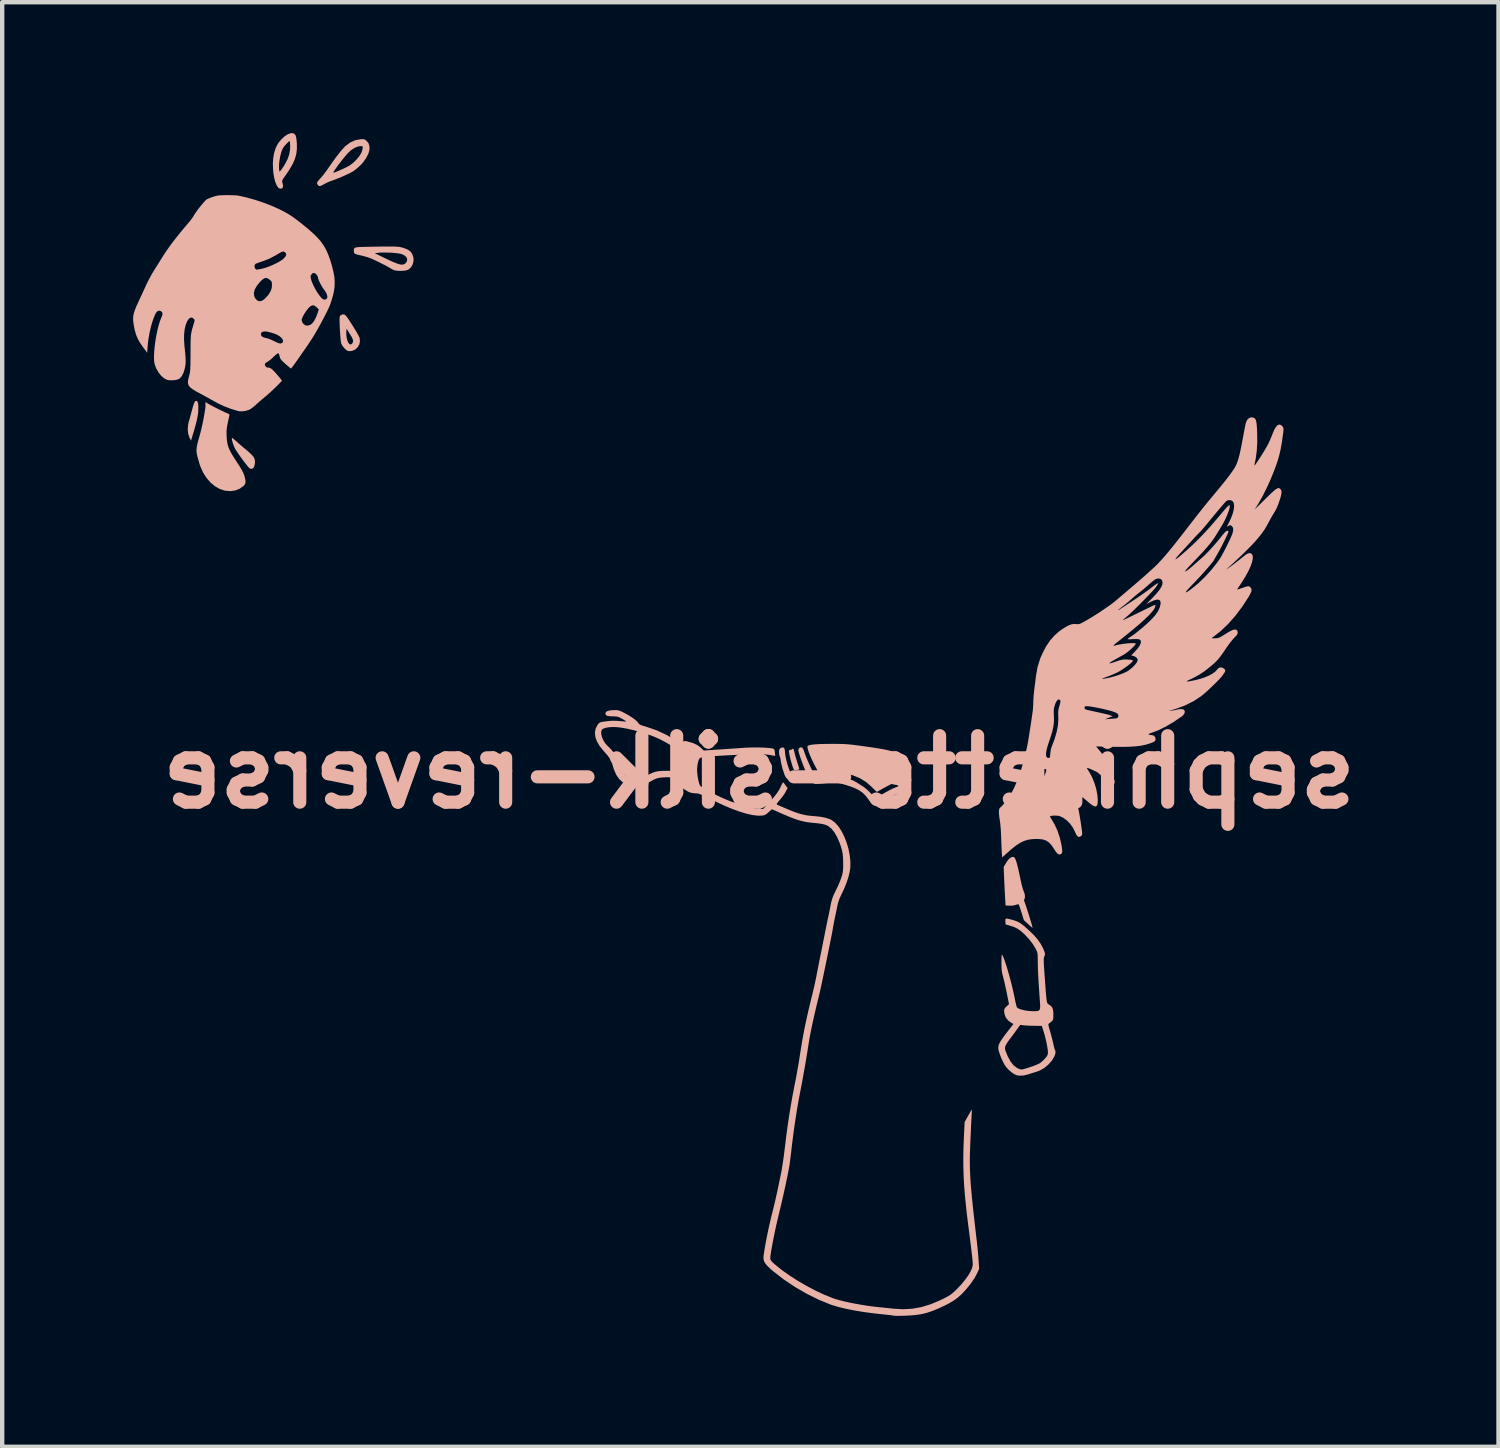
<source format=kicad_pcb>
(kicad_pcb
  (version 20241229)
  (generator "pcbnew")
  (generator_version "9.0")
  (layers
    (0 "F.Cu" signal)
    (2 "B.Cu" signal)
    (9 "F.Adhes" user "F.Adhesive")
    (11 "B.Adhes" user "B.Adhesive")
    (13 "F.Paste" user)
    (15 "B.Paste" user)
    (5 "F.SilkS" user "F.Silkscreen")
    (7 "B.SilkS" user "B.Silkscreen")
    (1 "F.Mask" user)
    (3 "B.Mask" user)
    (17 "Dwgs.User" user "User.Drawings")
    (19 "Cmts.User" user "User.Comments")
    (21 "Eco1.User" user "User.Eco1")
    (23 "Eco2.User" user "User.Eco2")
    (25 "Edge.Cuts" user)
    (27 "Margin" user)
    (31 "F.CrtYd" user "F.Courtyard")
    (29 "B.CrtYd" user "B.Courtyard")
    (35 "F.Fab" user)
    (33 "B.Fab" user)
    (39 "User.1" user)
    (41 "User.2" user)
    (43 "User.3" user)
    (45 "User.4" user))
  (footprint "sephirette-silk-reverse"
    (layer "F.Cu")
    (at 14.175 14.639)
    (property "Reference" "sephirette-silk-reverse" (at 0.166 0 0) (layer "B.SilkS") (effects (font (size 1.524 1.524) (thickness 0.3)) (justify mirror)))
    (attr board_only exclude_from_pos_files exclude_from_bom)
    (fp_poly (pts (xy -12.703 -8.492) (xy -12.688 -8.451) (xy -12.681 -8.382) (xy -12.683 -8.285) (xy -12.683 -8.279) (xy -12.687 -8.22) (xy -12.696 -8.159) (xy -12.709 -8.09) (xy -12.728 -8.01) (xy -12.753 -7.915) (xy -12.786 -7.801) (xy -12.828 -7.663) (xy -12.829 -7.66) (xy -12.849 -7.594) (xy -12.883 -7.66) (xy -12.914 -7.75) (xy -12.924 -7.854) (xy -12.914 -7.967) (xy -12.897 -8.039) (xy -12.879 -8.101) (xy -12.857 -8.179) (xy -12.835 -8.262) (xy -12.822 -8.308) (xy -12.8 -8.388) (xy -12.781 -8.444) (xy -12.765 -8.479) (xy -12.75 -8.499) (xy -12.732 -8.505) (xy -12.727 -8.506)) (stroke (width 0) (type solid)) (fill yes) (layer "B.SilkS"))
    (fp_poly (pts (xy 0.955 -0.528) (xy 0.968 -0.489) (xy 0.976 -0.454) (xy 0.988 -0.402) (xy 1.007 -0.334) (xy 1.03 -0.26) (xy 1.043 -0.218) (xy 1.063 -0.157) (xy 1.079 -0.106) (xy 1.087 -0.073) (xy 1.088 -0.062) (xy 1.071 -0.056) (xy 1.036 -0.05) (xy 1.025 -0.048) (xy 0.988 -0.045) (xy 0.967 -0.053) (xy 0.952 -0.08) (xy 0.945 -0.097) (xy 0.928 -0.146) (xy 0.91 -0.207) (xy 0.891 -0.276) (xy 0.874 -0.344) (xy 0.861 -0.406) (xy 0.853 -0.455) (xy 0.85 -0.484) (xy 0.851 -0.488) (xy 0.871 -0.507) (xy 0.889 -0.511) (xy 0.917 -0.517) (xy 0.926 -0.525) (xy 0.942 -0.539)) (stroke (width 0) (type solid)) (fill yes) (layer "B.SilkS"))
    (fp_poly (pts (xy -11.899 -7.651) (xy -11.87 -7.629) (xy -11.83 -7.595) (xy -11.81 -7.578) (xy -11.759 -7.532) (xy -11.694 -7.476) (xy -11.625 -7.417) (xy -11.574 -7.375) (xy -11.499 -7.31) (xy -11.446 -7.258) (xy -11.411 -7.212) (xy -11.391 -7.168) (xy -11.383 -7.123) (xy -11.385 -7.078) (xy -11.394 -7.026) (xy -11.409 -6.985) (xy -11.418 -6.972) (xy -11.441 -6.952) (xy -11.468 -6.948) (xy -11.498 -6.954) (xy -11.516 -6.968) (xy -11.547 -7.002) (xy -11.587 -7.052) (xy -11.634 -7.112) (xy -11.683 -7.178) (xy -11.732 -7.246) (xy -11.777 -7.312) (xy -11.815 -7.37) (xy -11.843 -7.417) (xy -11.849 -7.429) (xy -11.871 -7.478) (xy -11.89 -7.534) (xy -11.905 -7.587) (xy -11.913 -7.63) (xy -11.913 -7.655) (xy -11.911 -7.658)) (stroke (width 0) (type solid)) (fill yes) (layer "B.SilkS"))
    (fp_poly (pts (xy 0.731 -0.559) (xy 0.737 -0.554) (xy 0.752 -0.525) (xy 0.758 -0.475) (xy 0.759 -0.469) (xy 0.763 -0.414) (xy 0.774 -0.345) (xy 0.791 -0.269) (xy 0.812 -0.19) (xy 0.836 -0.114) (xy 0.861 -0.046) (xy 0.884 0.009) (xy 0.905 0.046) (xy 0.922 0.06) (xy 0.946 0.06) (xy 0.989 0.059) (xy 1.024 0.059) (xy 1.094 0.061) (xy 1.139 0.075) (xy 1.162 0.101) (xy 1.167 0.13) (xy 1.163 0.161) (xy 1.149 0.182) (xy 1.119 0.196) (xy 1.068 0.205) (xy 1.02 0.209) (xy 0.962 0.213) (xy 0.922 0.212) (xy 0.892 0.204) (xy 0.859 0.186) (xy 0.843 0.176) (xy 0.8 0.145) (xy 0.772 0.11) (xy 0.748 0.059) (xy 0.745 0.049) (xy 0.699 -0.09) (xy 0.669 -0.223) (xy 0.662 -0.269) (xy 0.655 -0.314) (xy 0.646 -0.348) (xy 0.642 -0.357) (xy 0.63 -0.388) (xy 0.624 -0.435) (xy 0.624 -0.483) (xy 0.631 -0.52) (xy 0.632 -0.522) (xy 0.658 -0.552) (xy 0.695 -0.565)) (stroke (width 0) (type solid)) (fill yes) (layer "B.SilkS"))
    (fp_poly (pts (xy -9.333 -10.482) (xy -9.294 -10.45) (xy -9.26 -10.403) (xy -9.218 -10.341) (xy -9.173 -10.271) (xy -9.126 -10.197) (xy -9.081 -10.123) (xy -9.042 -10.056) (xy -9.011 -10) (xy -8.991 -9.96) (xy -8.987 -9.948) (xy -8.978 -9.869) (xy -8.995 -9.794) (xy -9.033 -9.73) (xy -9.088 -9.68) (xy -9.157 -9.65) (xy -9.211 -9.644) (xy -9.248 -9.647) (xy -9.28 -9.662) (xy -9.317 -9.693) (xy -9.33 -9.706) (xy -9.371 -9.754) (xy -9.401 -9.805) (xy -9.409 -9.826) (xy -9.415 -9.859) (xy -9.422 -9.915) (xy -9.428 -9.989) (xy -9.434 -10.075) (xy -9.435 -10.084) (xy -9.291 -10.084) (xy -9.29 -10.006) (xy -9.28 -9.936) (xy -9.263 -9.877) (xy -9.241 -9.832) (xy -9.216 -9.804) (xy -9.189 -9.796) (xy -9.162 -9.812) (xy -9.147 -9.834) (xy -9.136 -9.862) (xy -9.136 -9.891) (xy -9.148 -9.928) (xy -9.173 -9.978) (xy -9.21 -10.038) (xy -9.286 -10.161) (xy -9.291 -10.084) (xy -9.435 -10.084) (xy -9.439 -10.161) (xy -9.443 -10.258) (xy -9.445 -10.33) (xy -9.446 -10.38) (xy -9.444 -10.415) (xy -9.44 -10.437) (xy -9.434 -10.451) (xy -9.425 -10.462) (xy -9.422 -10.464) (xy -9.377 -10.487)) (stroke (width 0) (type solid)) (fill yes) (layer "B.SilkS"))
    (fp_poly (pts (xy 6.002 1.946) (xy 6.008 1.95) (xy 6.028 1.973) (xy 6.049 2.02) (xy 6.072 2.093) (xy 6.098 2.192) (xy 6.121 2.298) (xy 6.146 2.413) (xy 6.165 2.504) (xy 6.181 2.574) (xy 6.195 2.627) (xy 6.206 2.667) (xy 6.216 2.699) (xy 6.227 2.725) (xy 6.231 2.733) (xy 6.25 2.789) (xy 6.258 2.844) (xy 6.254 2.89) (xy 6.243 2.913) (xy 6.235 2.939) (xy 6.241 2.956) (xy 6.25 2.979) (xy 6.266 3.023) (xy 6.286 3.083) (xy 6.309 3.155) (xy 6.334 3.233) (xy 6.359 3.313) (xy 6.382 3.39) (xy 6.403 3.458) (xy 6.419 3.514) (xy 6.429 3.551) (xy 6.432 3.566) (xy 6.432 3.566) (xy 6.42 3.559) (xy 6.391 3.536) (xy 6.352 3.502) (xy 6.33 3.482) (xy 6.233 3.392) (xy 6.178 3.217) (xy 6.157 3.149) (xy 6.138 3.092) (xy 6.123 3.051) (xy 6.114 3.031) (xy 6.114 3.031) (xy 6.095 3.029) (xy 6.061 3.037) (xy 6.049 3.042) (xy 5.983 3.058) (xy 5.904 3.061) (xy 5.814 3.056) (xy 5.803 2.889) (xy 5.799 2.816) (xy 5.794 2.724) (xy 5.789 2.621) (xy 5.784 2.515) (xy 5.781 2.447) (xy 5.77 2.173) (xy 5.826 2.078) (xy 5.872 2.012) (xy 5.918 1.967) (xy 5.963 1.944)) (stroke (width 0) (type solid)) (fill yes) (layer "B.SilkS"))
    (fp_poly (pts (xy -10.478 -14.621) (xy -10.449 -14.58) (xy -10.449 -14.58) (xy -10.441 -14.547) (xy -10.433 -14.494) (xy -10.426 -14.43) (xy -10.424 -14.4) (xy -10.423 -14.277) (xy -10.437 -14.161) (xy -10.469 -14.046) (xy -10.521 -13.929) (xy -10.593 -13.804) (xy -10.673 -13.686) (xy -10.715 -13.627) (xy -10.742 -13.586) (xy -10.757 -13.557) (xy -10.762 -13.536) (xy -10.759 -13.516) (xy -10.754 -13.503) (xy -10.739 -13.439) (xy -10.745 -13.395) (xy -10.755 -13.381) (xy -10.79 -13.365) (xy -10.829 -13.374) (xy -10.848 -13.388) (xy -10.886 -13.442) (xy -10.918 -13.52) (xy -10.943 -13.615) (xy -10.961 -13.722) (xy -10.971 -13.837) (xy -10.971 -13.844) (xy -10.833 -13.844) (xy -10.831 -13.817) (xy -10.821 -13.752) (xy -10.787 -13.792) (xy -10.763 -13.824) (xy -10.731 -13.872) (xy -10.698 -13.925) (xy -10.696 -13.93) (xy -10.637 -14.042) (xy -10.6 -14.147) (xy -10.581 -14.252) (xy -10.577 -14.334) (xy -10.579 -14.39) (xy -10.582 -14.433) (xy -10.587 -14.456) (xy -10.59 -14.458) (xy -10.605 -14.448) (xy -10.634 -14.422) (xy -10.671 -14.385) (xy -10.676 -14.38) (xy -10.725 -14.322) (xy -10.758 -14.265) (xy -10.781 -14.201) (xy -10.805 -14.109) (xy -10.822 -14.013) (xy -10.832 -13.922) (xy -10.833 -13.844) (xy -10.971 -13.844) (xy -10.973 -13.953) (xy -10.965 -14.065) (xy -10.948 -14.167) (xy -10.944 -14.183) (xy -10.914 -14.283) (xy -10.878 -14.363) (xy -10.833 -14.433) (xy -10.776 -14.498) (xy -10.706 -14.564) (xy -10.637 -14.61) (xy -10.575 -14.635) (xy -10.52 -14.639)) (stroke (width 0) (type solid)) (fill yes) (layer "B.SilkS"))
    (fp_poly (pts (xy -12.456 -8.44) (xy -12.413 -8.415) (xy -12.353 -8.383) (xy -12.282 -8.346) (xy -12.208 -8.309) (xy -12.136 -8.274) (xy -12.073 -8.244) (xy -12.025 -8.223) (xy -12.009 -8.217) (xy -11.976 -8.2) (xy -11.967 -8.181) (xy -11.969 -8.174) (xy -11.975 -8.149) (xy -11.985 -8.104) (xy -11.998 -8.044) (xy -12.008 -7.996) (xy -12.024 -7.912) (xy -12.033 -7.841) (xy -12.035 -7.769) (xy -12.032 -7.681) (xy -12.032 -7.68) (xy -12.026 -7.6) (xy -12.015 -7.529) (xy -11.998 -7.461) (xy -11.971 -7.393) (xy -11.933 -7.318) (xy -11.882 -7.232) (xy -11.816 -7.129) (xy -11.794 -7.096) (xy -11.734 -7.003) (xy -11.689 -6.928) (xy -11.657 -6.868) (xy -11.635 -6.816) (xy -11.625 -6.786) (xy -11.606 -6.71) (xy -11.599 -6.655) (xy -11.605 -6.614) (xy -11.623 -6.58) (xy -11.646 -6.555) (xy -11.732 -6.493) (xy -11.833 -6.453) (xy -11.945 -6.437) (xy -12.063 -6.446) (xy -12.079 -6.449) (xy -12.193 -6.487) (xy -12.303 -6.551) (xy -12.405 -6.637) (xy -12.496 -6.743) (xy -12.573 -6.865) (xy -12.633 -6.999) (xy -12.649 -7.044) (xy -12.679 -7.146) (xy -12.701 -7.226) (xy -12.715 -7.289) (xy -12.722 -7.342) (xy -12.723 -7.389) (xy -12.718 -7.436) (xy -12.714 -7.462) (xy -12.701 -7.527) (xy -12.681 -7.604) (xy -12.66 -7.679) (xy -12.657 -7.688) (xy -12.637 -7.759) (xy -12.615 -7.847) (xy -12.593 -7.945) (xy -12.571 -8.047) (xy -12.552 -8.148) (xy -12.536 -8.24) (xy -12.524 -8.319) (xy -12.518 -8.378) (xy -12.518 -8.393) (xy -12.518 -8.478)) (stroke (width 0) (type solid)) (fill yes) (layer "B.SilkS"))
    (fp_poly (pts (xy 1.926 -0.646) (xy 2.017 -0.645) (xy 2.097 -0.643) (xy 2.171 -0.639) (xy 2.247 -0.632) (xy 2.331 -0.623) (xy 2.43 -0.61) (xy 2.551 -0.594) (xy 2.558 -0.593) (xy 2.719 -0.57) (xy 2.854 -0.55) (xy 2.967 -0.531) (xy 3.062 -0.513) (xy 3.141 -0.495) (xy 3.209 -0.475) (xy 3.268 -0.454) (xy 3.323 -0.43) (xy 3.376 -0.402) (xy 3.415 -0.38) (xy 3.512 -0.322) (xy 3.521 -0.232) (xy 3.526 -0.171) (xy 3.529 -0.096) (xy 3.531 -0.024) (xy 3.531 -0.022) (xy 3.531 0.097) (xy 3.461 0.135) (xy 3.424 0.154) (xy 3.367 0.184) (xy 3.297 0.221) (xy 3.221 0.261) (xy 3.188 0.278) (xy 3.113 0.317) (xy 3.043 0.355) (xy 2.984 0.387) (xy 2.941 0.411) (xy 2.929 0.418) (xy 2.894 0.439) (xy 2.868 0.451) (xy 2.863 0.452) (xy 2.849 0.442) (xy 2.82 0.414) (xy 2.78 0.375) (xy 2.743 0.337) (xy 2.616 0.226) (xy 2.47 0.137) (xy 2.306 0.071) (xy 2.124 0.027) (xy 1.948 0.006) (xy 1.821 0.003) (xy 1.707 0.01) (xy 1.671 0.014) (xy 1.613 0.023) (xy 1.577 0.026) (xy 1.555 0.023) (xy 1.54 0.012) (xy 1.527 -0.002) (xy 1.51 -0.028) (xy 1.484 -0.074) (xy 1.452 -0.134) (xy 1.417 -0.2) (xy 1.415 -0.204) (xy 1.37 -0.299) (xy 1.332 -0.387) (xy 1.302 -0.465) (xy 1.283 -0.528) (xy 1.274 -0.574) (xy 1.278 -0.598) (xy 1.278 -0.598) (xy 1.307 -0.613) (xy 1.362 -0.626) (xy 1.442 -0.635) (xy 1.55 -0.642) (xy 1.685 -0.645) (xy 1.816 -0.646)) (stroke (width 0) (type solid)) (fill yes) (layer "B.SilkS"))
    (fp_poly (pts (xy -8.227 -12.041) (xy -8.167 -12.039) (xy -8.118 -12.036) (xy -8.078 -12.032) (xy -8.045 -12.026) (xy -8.015 -12.019) (xy -7.986 -12.01) (xy -7.905 -11.981) (xy -7.846 -11.947) (xy -7.804 -11.906) (xy -7.776 -11.86) (xy -7.752 -11.785) (xy -7.751 -11.706) (xy -7.771 -11.63) (xy -7.809 -11.564) (xy -7.865 -11.515) (xy -7.882 -11.506) (xy -7.927 -11.493) (xy -7.99 -11.485) (xy -8.06 -11.483) (xy -8.128 -11.486) (xy -8.181 -11.495) (xy -8.185 -11.496) (xy -8.217 -11.509) (xy -8.262 -11.532) (xy -8.3 -11.554) (xy -8.371 -11.594) (xy -8.456 -11.639) (xy -8.547 -11.684) (xy -8.635 -11.727) (xy -8.712 -11.762) (xy -8.762 -11.782) (xy -8.822 -11.802) (xy -8.896 -11.822) (xy -8.965 -11.839) (xy -9.034 -11.854) (xy -9.079 -11.869) (xy -9.104 -11.886) (xy -9.105 -11.888) (xy -8.64 -11.888) (xy -8.474 -11.807) (xy -8.349 -11.747) (xy -8.247 -11.699) (xy -8.164 -11.665) (xy -8.099 -11.641) (xy -8.047 -11.628) (xy -8.006 -11.626) (xy -7.974 -11.632) (xy -7.947 -11.647) (xy -7.929 -11.663) (xy -7.899 -11.709) (xy -7.896 -11.757) (xy -7.918 -11.802) (xy -7.964 -11.841) (xy -8.029 -11.87) (xy -8.08 -11.881) (xy -8.153 -11.89) (xy -8.239 -11.898) (xy -8.332 -11.902) (xy -8.422 -11.904) (xy -8.502 -11.903) (xy -8.557 -11.898) (xy -8.64 -11.888) (xy -9.105 -11.888) (xy -9.116 -11.91) (xy -9.118 -11.939) (xy -9.117 -11.969) (xy -9.113 -11.991) (xy -9.101 -12.007) (xy -9.078 -12.018) (xy -9.04 -12.025) (xy -8.984 -12.03) (xy -8.906 -12.032) (xy -8.809 -12.034) (xy -8.646 -12.037) (xy -8.509 -12.04) (xy -8.395 -12.041) (xy -8.302 -12.041)) (stroke (width 0) (type solid)) (fill yes) (layer "B.SilkS"))
    (fp_poly (pts (xy -8.883 -14.498) (xy -8.857 -14.486) (xy -8.831 -14.467) (xy -8.783 -14.409) (xy -8.76 -14.338) (xy -8.76 -14.258) (xy -8.785 -14.169) (xy -8.832 -14.074) (xy -8.902 -13.976) (xy -8.953 -13.917) (xy -9.011 -13.862) (xy -9.076 -13.807) (xy -9.137 -13.763) (xy -9.149 -13.756) (xy -9.205 -13.725) (xy -9.281 -13.689) (xy -9.369 -13.649) (xy -9.462 -13.61) (xy -9.55 -13.575) (xy -9.628 -13.547) (xy -9.651 -13.539) (xy -9.695 -13.522) (xy -9.751 -13.496) (xy -9.798 -13.471) (xy -9.851 -13.443) (xy -9.886 -13.428) (xy -9.909 -13.425) (xy -9.926 -13.434) (xy -9.94 -13.449) (xy -9.959 -13.475) (xy -9.961 -13.501) (xy -9.945 -13.533) (xy -9.91 -13.575) (xy -9.888 -13.599) (xy -9.849 -13.643) (xy -9.801 -13.703) (xy -9.77 -13.745) (xy -9.587 -13.745) (xy -9.585 -13.735) (xy -9.568 -13.736) (xy -9.531 -13.749) (xy -9.474 -13.773) (xy -9.407 -13.802) (xy -9.341 -13.832) (xy -9.275 -13.865) (xy -9.221 -13.894) (xy -9.208 -13.902) (xy -9.132 -13.96) (xy -9.058 -14.033) (xy -8.993 -14.111) (xy -8.952 -14.178) (xy -8.929 -14.233) (xy -8.917 -14.283) (xy -8.915 -14.321) (xy -8.927 -14.341) (xy -8.932 -14.343) (xy -9.012 -14.336) (xy -9.096 -14.304) (xy -9.181 -14.249) (xy -9.256 -14.18) (xy -9.32 -14.106) (xy -9.392 -14.017) (xy -9.467 -13.92) (xy -9.536 -13.824) (xy -9.555 -13.796) (xy -9.576 -13.765) (xy -9.587 -13.745) (xy -9.77 -13.745) (xy -9.749 -13.772) (xy -9.703 -13.838) (xy -9.616 -13.963) (xy -9.533 -14.078) (xy -9.456 -14.178) (xy -9.387 -14.262) (xy -9.329 -14.325) (xy -9.305 -14.348) (xy -9.201 -14.425) (xy -9.089 -14.475) (xy -8.973 -14.498) (xy -8.972 -14.498) (xy -8.918 -14.501)) (stroke (width 0) (type solid)) (fill yes) (layer "B.SilkS"))
    (fp_poly (pts (xy 1.156 -0.559) (xy 1.171 -0.538) (xy 1.189 -0.499) (xy 1.21 -0.437) (xy 1.231 -0.379) (xy 1.261 -0.303) (xy 1.298 -0.218) (xy 1.337 -0.132) (xy 1.352 -0.1) (xy 1.391 -0.021) (xy 1.419 0.036) (xy 1.441 0.074) (xy 1.458 0.098) (xy 1.474 0.111) (xy 1.491 0.118) (xy 1.506 0.121) (xy 1.544 0.122) (xy 1.601 0.119) (xy 1.665 0.113) (xy 1.681 0.11) (xy 1.81 0.1) (xy 1.945 0.104) (xy 2.08 0.122) (xy 2.207 0.151) (xy 2.319 0.192) (xy 2.402 0.237) (xy 2.456 0.273) (xy 2.514 0.309) (xy 2.539 0.324) (xy 2.576 0.35) (xy 2.627 0.392) (xy 2.682 0.443) (xy 2.719 0.48) (xy 2.766 0.527) (xy 2.805 0.565) (xy 2.832 0.59) (xy 2.843 0.598) (xy 2.859 0.59) (xy 2.892 0.57) (xy 2.935 0.542) (xy 2.94 0.539) (xy 3.006 0.497) (xy 3.08 0.455) (xy 3.156 0.414) (xy 3.229 0.378) (xy 3.294 0.35) (xy 3.345 0.33) (xy 3.378 0.324) (xy 3.38 0.324) (xy 3.421 0.34) (xy 3.44 0.375) (xy 3.438 0.411) (xy 3.428 0.431) (xy 3.403 0.453) (xy 3.36 0.481) (xy 3.295 0.516) (xy 3.279 0.525) (xy 3.202 0.566) (xy 3.119 0.613) (xy 3.043 0.659) (xy 3.008 0.681) (xy 2.934 0.726) (xy 2.879 0.755) (xy 2.837 0.767) (xy 2.804 0.765) (xy 2.775 0.751) (xy 2.752 0.729) (xy 2.719 0.689) (xy 2.68 0.639) (xy 2.661 0.611) (xy 2.602 0.536) (xy 2.539 0.474) (xy 2.465 0.422) (xy 2.377 0.376) (xy 2.269 0.333) (xy 2.152 0.295) (xy 2.06 0.269) (xy 1.986 0.252) (xy 1.92 0.243) (xy 1.855 0.241) (xy 1.78 0.245) (xy 1.685 0.256) (xy 1.609 0.264) (xy 1.539 0.269) (xy 1.484 0.272) (xy 1.449 0.271) (xy 1.445 0.27) (xy 1.413 0.256) (xy 1.379 0.226) (xy 1.342 0.177) (xy 1.298 0.107) (xy 1.261 0.039) (xy 1.236 -0.014) (xy 1.206 -0.083) (xy 1.175 -0.162) (xy 1.144 -0.244) (xy 1.115 -0.325) (xy 1.091 -0.398) (xy 1.074 -0.458) (xy 1.066 -0.498) (xy 1.065 -0.505) (xy 1.077 -0.543) (xy 1.109 -0.565) (xy 1.138 -0.566)) (stroke (width 0) (type solid)) (fill yes) (layer "B.SilkS"))
    (fp_poly (pts (xy 5.861 3.359) (xy 5.912 3.371) (xy 5.965 3.385) (xy 6.028 3.404) (xy 6.08 3.423) (xy 6.126 3.446) (xy 6.173 3.476) (xy 6.226 3.518) (xy 6.291 3.574) (xy 6.332 3.611) (xy 6.451 3.724) (xy 6.545 3.831) (xy 6.619 3.936) (xy 6.676 4.044) (xy 6.705 4.117) (xy 6.716 4.158) (xy 6.715 4.19) (xy 6.702 4.221) (xy 6.696 4.237) (xy 6.691 4.256) (xy 6.688 4.282) (xy 6.688 4.318) (xy 6.689 4.367) (xy 6.692 4.433) (xy 6.698 4.52) (xy 6.706 4.631) (xy 6.711 4.699) (xy 6.721 4.846) (xy 6.73 4.967) (xy 6.738 5.065) (xy 6.745 5.141) (xy 6.751 5.199) (xy 6.757 5.242) (xy 6.764 5.273) (xy 6.771 5.293) (xy 6.779 5.306) (xy 6.789 5.315) (xy 6.801 5.322) (xy 6.805 5.324) (xy 6.852 5.357) (xy 6.883 5.396) (xy 6.901 5.448) (xy 6.908 5.519) (xy 6.908 5.554) (xy 6.908 5.614) (xy 6.905 5.654) (xy 6.897 5.68) (xy 6.883 5.699) (xy 6.862 5.718) (xy 6.83 5.745) (xy 6.804 5.763) (xy 6.799 5.765) (xy 6.794 5.778) (xy 6.798 5.811) (xy 6.812 5.868) (xy 6.833 5.938) (xy 6.856 6.02) (xy 6.879 6.106) (xy 6.898 6.186) (xy 6.908 6.23) (xy 6.921 6.287) (xy 6.933 6.334) (xy 6.943 6.363) (xy 6.946 6.368) (xy 6.958 6.399) (xy 6.954 6.448) (xy 6.935 6.506) (xy 6.932 6.514) (xy 6.873 6.612) (xy 6.792 6.703) (xy 6.697 6.781) (xy 6.593 6.84) (xy 6.524 6.865) (xy 6.465 6.883) (xy 6.396 6.905) (xy 6.339 6.924) (xy 6.226 6.952) (xy 6.123 6.955) (xy 6.062 6.943) (xy 6.01 6.919) (xy 5.95 6.878) (xy 5.888 6.825) (xy 5.834 6.767) (xy 5.818 6.747) (xy 5.786 6.698) (xy 5.752 6.633) (xy 5.718 6.559) (xy 5.688 6.482) (xy 5.664 6.412) (xy 5.649 6.355) (xy 5.646 6.327) (xy 5.647 6.316) (xy 5.8 6.316) (xy 5.802 6.349) (xy 5.814 6.391) (xy 5.836 6.448) (xy 5.868 6.521) (xy 5.929 6.634) (xy 5.998 6.719) (xy 6.076 6.779) (xy 6.135 6.805) (xy 6.159 6.812) (xy 6.183 6.813) (xy 6.215 6.809) (xy 6.259 6.797) (xy 6.321 6.778) (xy 6.365 6.763) (xy 6.439 6.738) (xy 6.507 6.712) (xy 6.562 6.688) (xy 6.598 6.67) (xy 6.598 6.67) (xy 6.637 6.64) (xy 6.683 6.598) (xy 6.718 6.561) (xy 6.755 6.516) (xy 6.775 6.482) (xy 6.783 6.448) (xy 6.784 6.422) (xy 6.78 6.365) (xy 6.768 6.289) (xy 6.751 6.199) (xy 6.729 6.103) (xy 6.705 6.01) (xy 6.684 5.941) (xy 6.644 5.815) (xy 6.47 5.813) (xy 6.393 5.811) (xy 6.319 5.808) (xy 6.257 5.804) (xy 6.222 5.801) (xy 6.149 5.791) (xy 6.057 5.919) (xy 6.012 5.982) (xy 5.966 6.044) (xy 5.925 6.098) (xy 5.908 6.12) (xy 5.871 6.171) (xy 5.837 6.224) (xy 5.82 6.255) (xy 5.806 6.287) (xy 5.8 6.316) (xy 5.647 6.316) (xy 5.648 6.292) (xy 5.655 6.257) (xy 5.67 6.22) (xy 5.693 6.176) (xy 5.728 6.122) (xy 5.775 6.055) (xy 5.837 5.973) (xy 5.915 5.872) (xy 5.995 5.77) (xy 5.947 5.746) (xy 5.873 5.693) (xy 5.82 5.626) (xy 5.793 5.556) (xy 5.781 5.494) (xy 5.78 5.451) (xy 5.792 5.418) (xy 5.817 5.386) (xy 5.835 5.37) (xy 5.892 5.317) (xy 5.843 5.069) (xy 5.823 4.976) (xy 5.803 4.881) (xy 5.782 4.792) (xy 5.764 4.72) (xy 5.757 4.69) (xy 5.74 4.628) (xy 5.729 4.572) (xy 5.723 4.513) (xy 5.72 4.442) (xy 5.719 4.363) (xy 5.72 4.288) (xy 5.722 4.231) (xy 5.726 4.193) (xy 5.731 4.18) (xy 5.732 4.181) (xy 5.749 4.21) (xy 5.772 4.264) (xy 5.799 4.338) (xy 5.829 4.429) (xy 5.861 4.533) (xy 5.893 4.645) (xy 5.925 4.763) (xy 5.956 4.881) (xy 5.983 4.997) (xy 6.007 5.105) (xy 6.011 5.128) (xy 6.028 5.209) (xy 6.043 5.28) (xy 6.057 5.338) (xy 6.067 5.376) (xy 6.071 5.387) (xy 6.097 5.41) (xy 6.145 5.431) (xy 6.211 5.45) (xy 6.288 5.466) (xy 6.369 5.475) (xy 6.43 5.478) (xy 6.494 5.478) (xy 6.542 5.475) (xy 6.574 5.465) (xy 6.594 5.444) (xy 6.604 5.409) (xy 6.606 5.356) (xy 6.602 5.28) (xy 6.596 5.199) (xy 6.581 4.982) (xy 6.568 4.786) (xy 6.559 4.612) (xy 6.553 4.462) (xy 6.551 4.339) (xy 6.551 4.314) (xy 6.55 4.24) (xy 6.548 4.186) (xy 6.543 4.146) (xy 6.533 4.112) (xy 6.517 4.076) (xy 6.505 4.052) (xy 6.44 3.943) (xy 6.353 3.83) (xy 6.251 3.72) (xy 6.235 3.705) (xy 6.159 3.638) (xy 6.091 3.59) (xy 6.018 3.554) (xy 5.933 3.525) (xy 5.924 3.522) (xy 5.814 3.49) (xy 5.809 3.423) (xy 5.808 3.388) (xy 5.813 3.366) (xy 5.829 3.357)) (stroke (width 0) (type solid)) (fill yes) (layer "B.SilkS"))
    (fp_poly (pts (xy -11.925 -13.217) (xy -11.858 -13.215) (xy -11.8 -13.211) (xy -11.742 -13.202) (xy -11.677 -13.188) (xy -11.594 -13.169) (xy -11.561 -13.161) (xy -11.38 -13.11) (xy -11.194 -13.048) (xy -11.011 -12.978) (xy -10.842 -12.903) (xy -10.754 -12.859) (xy -10.677 -12.818) (xy -10.612 -12.78) (xy -10.553 -12.743) (xy -10.493 -12.702) (xy -10.427 -12.653) (xy -10.348 -12.591) (xy -10.3 -12.554) (xy -10.164 -12.442) (xy -10.049 -12.341) (xy -9.954 -12.248) (xy -9.875 -12.157) (xy -9.81 -12.065) (xy -9.754 -11.968) (xy -9.707 -11.861) (xy -9.663 -11.742) (xy -9.628 -11.628) (xy -9.589 -11.476) (xy -9.564 -11.342) (xy -9.556 -11.219) (xy -9.561 -11.1) (xy -9.582 -10.979) (xy -9.592 -10.936) (xy -9.614 -10.856) (xy -9.64 -10.772) (xy -9.667 -10.697) (xy -9.68 -10.665) (xy -9.713 -10.593) (xy -9.758 -10.502) (xy -9.811 -10.399) (xy -9.868 -10.291) (xy -9.928 -10.183) (xy -9.985 -10.082) (xy -10.037 -9.994) (xy -10.055 -9.965) (xy -10.089 -9.912) (xy -10.134 -9.844) (xy -10.188 -9.764) (xy -10.247 -9.678) (xy -10.308 -9.59) (xy -10.367 -9.505) (xy -10.422 -9.426) (xy -10.469 -9.36) (xy -10.506 -9.31) (xy -10.524 -9.287) (xy -10.558 -9.244) (xy -10.594 -9.272) (xy -10.622 -9.296) (xy -10.664 -9.332) (xy -10.71 -9.373) (xy -10.719 -9.381) (xy -10.765 -9.426) (xy -10.794 -9.46) (xy -10.81 -9.493) (xy -10.818 -9.524) (xy -10.828 -9.564) (xy -10.843 -9.591) (xy -10.848 -9.595) (xy -10.868 -9.589) (xy -10.902 -9.564) (xy -10.947 -9.524) (xy -10.958 -9.513) (xy -11.006 -9.468) (xy -11.054 -9.429) (xy -11.093 -9.402) (xy -11.101 -9.398) (xy -11.136 -9.376) (xy -11.156 -9.352) (xy -11.158 -9.347) (xy -11.152 -9.315) (xy -11.13 -9.285) (xy -11.102 -9.268) (xy -11.089 -9.267) (xy -11.058 -9.266) (xy -11.026 -9.252) (xy -10.988 -9.224) (xy -10.94 -9.177) (xy -10.884 -9.114) (xy -10.839 -9.062) (xy -10.802 -9.017) (xy -10.777 -8.985) (xy -10.767 -8.97) (xy -10.767 -8.969) (xy -10.777 -8.954) (xy -10.805 -8.923) (xy -10.847 -8.88) (xy -10.898 -8.829) (xy -10.955 -8.774) (xy -11.014 -8.719) (xy -11.071 -8.667) (xy -11.121 -8.623) (xy -11.154 -8.596) (xy -11.215 -8.545) (xy -11.284 -8.486) (xy -11.347 -8.43) (xy -11.356 -8.421) (xy -11.408 -8.376) (xy -11.46 -8.335) (xy -11.504 -8.307) (xy -11.517 -8.301) (xy -11.591 -8.277) (xy -11.671 -8.265) (xy -11.746 -8.267) (xy -11.774 -8.273) (xy -11.938 -8.323) (xy -12.09 -8.381) (xy -12.242 -8.453) (xy -12.386 -8.532) (xy -12.457 -8.573) (xy -12.531 -8.614) (xy -12.598 -8.651) (xy -12.627 -8.666) (xy -12.729 -8.72) (xy -12.806 -8.767) (xy -12.862 -8.809) (xy -12.898 -8.85) (xy -12.916 -8.893) (xy -12.92 -8.943) (xy -12.911 -9.003) (xy -12.896 -9.062) (xy -12.886 -9.1) (xy -12.878 -9.134) (xy -12.872 -9.171) (xy -12.868 -9.214) (xy -12.865 -9.267) (xy -12.862 -9.334) (xy -12.861 -9.42) (xy -12.86 -9.528) (xy -12.86 -9.607) (xy -12.859 -9.728) (xy -12.859 -9.825) (xy -12.857 -9.903) (xy -12.854 -9.965) (xy -12.85 -10.018) (xy -12.848 -10.028) (xy -11.248 -10.028) (xy -11.234 -9.991) (xy -11.194 -9.963) (xy -11.13 -9.944) (xy -11.121 -9.943) (xy -11.08 -9.932) (xy -11.023 -9.91) (xy -10.961 -9.882) (xy -10.939 -9.871) (xy -10.875 -9.84) (xy -10.83 -9.823) (xy -10.798 -9.819) (xy -10.772 -9.827) (xy -10.756 -9.837) (xy -10.738 -9.866) (xy -10.744 -9.903) (xy -10.772 -9.944) (xy -10.819 -9.985) (xy -10.867 -10.015) (xy -10.925 -10.04) (xy -10.994 -10.063) (xy -11.065 -10.082) (xy -11.126 -10.094) (xy -11.153 -10.096) (xy -11.207 -10.089) (xy -11.238 -10.068) (xy -11.248 -10.03) (xy -11.248 -10.028) (xy -12.848 -10.028) (xy -12.842 -10.065) (xy -12.832 -10.112) (xy -12.819 -10.163) (xy -12.801 -10.223) (xy -12.779 -10.296) (xy -12.768 -10.336) (xy -12.769 -10.357) (xy -10.315 -10.357) (xy -10.305 -10.32) (xy -10.282 -10.279) (xy -10.277 -10.272) (xy -10.231 -10.236) (xy -10.176 -10.228) (xy -10.114 -10.247) (xy -10.112 -10.248) (xy -10.067 -10.285) (xy -10.022 -10.347) (xy -9.981 -10.429) (xy -9.956 -10.495) (xy -9.921 -10.598) (xy -9.967 -10.646) (xy -10.015 -10.684) (xy -10.06 -10.695) (xy -10.105 -10.679) (xy -10.154 -10.634) (xy -10.16 -10.627) (xy -10.211 -10.562) (xy -10.255 -10.495) (xy -10.289 -10.433) (xy -10.31 -10.383) (xy -10.315 -10.357) (xy -12.769 -10.357) (xy -12.769 -10.361) (xy -12.783 -10.383) (xy -12.787 -10.387) (xy -12.825 -10.413) (xy -12.863 -10.411) (xy -12.901 -10.383) (xy -12.936 -10.331) (xy -12.967 -10.254) (xy -12.97 -10.247) (xy -12.994 -10.146) (xy -13.007 -10.034) (xy -13.009 -9.908) (xy -12.999 -9.761) (xy -12.993 -9.706) (xy -12.981 -9.593) (xy -12.974 -9.503) (xy -12.971 -9.43) (xy -12.973 -9.366) (xy -12.98 -9.307) (xy -12.991 -9.246) (xy -12.992 -9.243) (xy -13.019 -9.152) (xy -13.058 -9.076) (xy -13.105 -9.021) (xy -13.121 -9.009) (xy -13.164 -8.992) (xy -13.224 -8.98) (xy -13.292 -8.976) (xy -13.356 -8.978) (xy -13.4 -8.987) (xy -13.468 -9.023) (xy -13.534 -9.082) (xy -13.595 -9.159) (xy -13.646 -9.249) (xy -13.682 -9.346) (xy -13.685 -9.356) (xy -13.695 -9.423) (xy -13.698 -9.512) (xy -13.693 -9.619) (xy -13.683 -9.737) (xy -13.667 -9.862) (xy -13.646 -9.989) (xy -13.621 -10.112) (xy -13.593 -10.225) (xy -13.563 -10.324) (xy -13.539 -10.388) (xy -13.515 -10.445) (xy -13.503 -10.484) (xy -13.503 -10.511) (xy -13.507 -10.527) (xy -13.537 -10.561) (xy -13.578 -10.572) (xy -13.613 -10.562) (xy -13.642 -10.534) (xy -13.673 -10.48) (xy -13.704 -10.405) (xy -13.735 -10.314) (xy -13.765 -10.21) (xy -13.792 -10.098) (xy -13.814 -9.98) (xy -13.832 -9.863) (xy -13.843 -9.749) (xy -13.843 -9.746) (xy -13.853 -9.607) (xy -13.942 -9.727) (xy -14.014 -9.83) (xy -14.069 -9.927) (xy -14.11 -10.027) (xy -14.141 -10.138) (xy -14.165 -10.268) (xy -14.168 -10.292) (xy -14.175 -10.363) (xy -14.174 -10.43) (xy -14.162 -10.499) (xy -14.139 -10.575) (xy -14.104 -10.665) (xy -14.057 -10.767) (xy -14.021 -10.846) (xy -13.977 -10.94) (xy -13.96 -10.976) (xy -11.409 -10.976) (xy -11.4 -10.903) (xy -11.38 -10.858) (xy -11.337 -10.808) (xy -11.288 -10.787) (xy -11.234 -10.794) (xy -11.175 -10.829) (xy -11.138 -10.864) (xy -11.069 -10.944) (xy -11.025 -11.017) (xy -11 -11.087) (xy -10.994 -11.151) (xy -10.995 -11.201) (xy -11.002 -11.232) (xy -11.018 -11.257) (xy -11.044 -11.279) (xy -11.09 -11.311) (xy -11.131 -11.322) (xy -11.173 -11.311) (xy -11.221 -11.277) (xy -11.266 -11.232) (xy -11.341 -11.14) (xy -11.389 -11.055) (xy -11.409 -10.976) (xy -13.96 -10.976) (xy -13.932 -11.038) (xy -13.89 -11.129) (xy -13.886 -11.139) (xy -13.843 -11.229) (xy -13.793 -11.325) (xy -13.778 -11.353) (xy -10.11 -11.353) (xy -10.101 -11.298) (xy -10.078 -11.226) (xy -10.042 -11.145) (xy -9.998 -11.06) (xy -9.948 -10.977) (xy -9.899 -10.909) (xy -9.861 -10.864) (xy -9.832 -10.838) (xy -9.806 -10.827) (xy -9.789 -10.825) (xy -9.75 -10.834) (xy -9.73 -10.859) (xy -9.725 -10.904) (xy -9.743 -10.961) (xy -9.782 -11.028) (xy -9.802 -11.055) (xy -9.831 -11.096) (xy -9.863 -11.149) (xy -9.893 -11.205) (xy -9.917 -11.256) (xy -9.932 -11.295) (xy -9.935 -11.31) (xy -9.945 -11.352) (xy -9.97 -11.394) (xy -10.002 -11.425) (xy -10.019 -11.433) (xy -10.054 -11.434) (xy -10.082 -11.411) (xy -10.084 -11.409) (xy -10.103 -11.377) (xy -10.11 -11.353) (xy -13.778 -11.353) (xy -13.742 -11.418) (xy -13.695 -11.497) (xy -13.69 -11.504) (xy -13.646 -11.574) (xy -11.393 -11.574) (xy -11.382 -11.538) (xy -11.359 -11.515) (xy -11.344 -11.511) (xy -11.323 -11.514) (xy -11.282 -11.521) (xy -11.229 -11.531) (xy -11.219 -11.533) (xy -11.142 -11.554) (xy -11.054 -11.585) (xy -10.963 -11.625) (xy -10.874 -11.668) (xy -10.798 -11.712) (xy -10.739 -11.753) (xy -10.727 -11.765) (xy -10.683 -11.815) (xy -10.666 -11.857) (xy -10.677 -11.892) (xy -10.699 -11.912) (xy -10.718 -11.923) (xy -10.736 -11.927) (xy -10.759 -11.922) (xy -10.791 -11.908) (xy -10.837 -11.882) (xy -10.903 -11.843) (xy -10.919 -11.833) (xy -11.062 -11.759) (xy -11.202 -11.705) (xy -11.266 -11.684) (xy -11.321 -11.664) (xy -11.36 -11.649) (xy -11.374 -11.641) (xy -11.392 -11.611) (xy -11.393 -11.574) (xy -13.646 -11.574) (xy -13.639 -11.584) (xy -13.581 -11.676) (xy -13.524 -11.768) (xy -13.483 -11.833) (xy -13.409 -11.946) (xy -13.318 -12.075) (xy -13.211 -12.215) (xy -13.094 -12.362) (xy -12.969 -12.511) (xy -12.944 -12.54) (xy -12.893 -12.6) (xy -12.848 -12.657) (xy -12.813 -12.704) (xy -12.792 -12.736) (xy -12.789 -12.742) (xy -12.77 -12.775) (xy -12.737 -12.824) (xy -12.695 -12.883) (xy -12.647 -12.945) (xy -12.598 -13.006) (xy -12.552 -13.059) (xy -12.515 -13.099) (xy -12.491 -13.12) (xy -12.459 -13.136) (xy -12.408 -13.157) (xy -12.349 -13.178) (xy -12.338 -13.182) (xy -12.289 -13.196) (xy -12.243 -13.207) (xy -12.195 -13.213) (xy -12.137 -13.216) (xy -12.06 -13.218) (xy -12.009 -13.218)) (stroke (width 0) (type solid)) (fill yes) (layer "B.SilkS"))
    (fp_poly (pts (xy -3.073 -1.417) (xy -3.036 -1.408) (xy -2.993 -1.391) (xy -2.935 -1.362) (xy -2.925 -1.357) (xy -2.831 -1.306) (xy -2.746 -1.253) (xy -2.676 -1.202) (xy -2.625 -1.156) (xy -2.6 -1.124) (xy -2.585 -1.104) (xy -2.563 -1.088) (xy -2.527 -1.072) (xy -2.473 -1.054) (xy -2.43 -1.042) (xy -2.188 -0.96) (xy -1.951 -0.85) (xy -1.739 -0.723) (xy -1.635 -0.655) (xy -1.592 -0.686) (xy -1.563 -0.705) (xy -1.536 -0.711) (xy -1.498 -0.707) (xy -1.477 -0.702) (xy -1.347 -0.665) (xy -1.241 -0.614) (xy -1.169 -0.559) (xy -1.101 -0.494) (xy -0.751 -0.517) (xy -0.636 -0.525) (xy -0.514 -0.533) (xy -0.395 -0.541) (xy -0.286 -0.549) (xy -0.195 -0.555) (xy -0.175 -0.557) (xy -0.07 -0.562) (xy 0.043 -0.565) (xy 0.157 -0.564) (xy 0.265 -0.561) (xy 0.36 -0.555) (xy 0.437 -0.547) (xy 0.467 -0.542) (xy 0.496 -0.534) (xy 0.513 -0.521) (xy 0.522 -0.494) (xy 0.528 -0.452) (xy 0.533 -0.408) (xy 0.535 -0.378) (xy 0.535 -0.37) (xy 0.521 -0.372) (xy 0.485 -0.378) (xy 0.438 -0.388) (xy 0.371 -0.398) (xy 0.281 -0.404) (xy 0.166 -0.407) (xy 0.026 -0.407) (xy -0.141 -0.403) (xy -0.335 -0.395) (xy -0.525 -0.386) (xy -0.685 -0.377) (xy -0.819 -0.369) (xy -0.928 -0.362) (xy -1.015 -0.355) (xy -1.081 -0.347) (xy -1.131 -0.34) (xy -1.164 -0.332) (xy -1.185 -0.324) (xy -1.19 -0.321) (xy -1.211 -0.289) (xy -1.23 -0.236) (xy -1.245 -0.168) (xy -1.253 -0.095) (xy -1.255 -0.055) (xy -1.251 0.015) (xy -1.242 0.095) (xy -1.228 0.174) (xy -1.211 0.245) (xy -1.193 0.297) (xy -1.189 0.306) (xy -1.168 0.327) (xy -1.124 0.358) (xy -1.061 0.397) (xy -0.982 0.44) (xy -0.892 0.488) (xy -0.793 0.537) (xy -0.69 0.585) (xy -0.632 0.611) (xy -0.521 0.657) (xy -0.402 0.701) (xy -0.28 0.742) (xy -0.161 0.778) (xy -0.049 0.808) (xy 0.05 0.83) (xy 0.131 0.843) (xy 0.175 0.846) (xy 0.258 0.846) (xy 0.351 0.747) (xy 0.45 0.639) (xy 0.528 0.546) (xy 0.589 0.464) (xy 0.635 0.39) (xy 0.659 0.341) (xy 0.682 0.291) (xy 0.702 0.254) (xy 0.713 0.235) (xy 0.715 0.234) (xy 0.727 0.245) (xy 0.75 0.273) (xy 0.77 0.3) (xy 0.819 0.366) (xy 0.778 0.447) (xy 0.748 0.498) (xy 0.705 0.559) (xy 0.66 0.616) (xy 0.653 0.624) (xy 0.615 0.668) (xy 0.586 0.705) (xy 0.57 0.728) (xy 0.569 0.732) (xy 0.581 0.747) (xy 0.602 0.758) (xy 0.628 0.769) (xy 0.674 0.789) (xy 0.734 0.814) (xy 0.801 0.843) (xy 0.804 0.845) (xy 0.936 0.899) (xy 1.05 0.94) (xy 1.153 0.969) (xy 1.252 0.99) (xy 1.354 1.003) (xy 1.406 1.007) (xy 1.558 1.022) (xy 1.683 1.045) (xy 1.783 1.077) (xy 1.833 1.102) (xy 1.912 1.163) (xy 1.987 1.248) (xy 2.056 1.354) (xy 2.117 1.476) (xy 2.17 1.609) (xy 2.212 1.751) (xy 2.241 1.895) (xy 2.257 2.039) (xy 2.257 2.177) (xy 2.255 2.202) (xy 2.239 2.298) (xy 2.211 2.411) (xy 2.171 2.532) (xy 2.123 2.654) (xy 2.07 2.769) (xy 2.065 2.778) (xy 2.008 2.9) (xy 1.972 3.009) (xy 1.965 3.042) (xy 1.95 3.111) (xy 1.933 3.194) (xy 1.916 3.277) (xy 1.91 3.304) (xy 1.894 3.382) (xy 1.878 3.464) (xy 1.864 3.537) (xy 1.86 3.56) (xy 1.852 3.609) (xy 1.841 3.669) (xy 1.827 3.744) (xy 1.809 3.833) (xy 1.788 3.939) (xy 1.762 4.065) (xy 1.733 4.211) (xy 1.698 4.38) (xy 1.658 4.573) (xy 1.612 4.793) (xy 1.605 4.829) (xy 1.584 4.924) (xy 1.56 5.033) (xy 1.534 5.142) (xy 1.512 5.23) (xy 1.482 5.353) (xy 1.451 5.486) (xy 1.419 5.625) (xy 1.389 5.763) (xy 1.361 5.895) (xy 1.337 6.015) (xy 1.318 6.118) (xy 1.306 6.193) (xy 1.284 6.334) (xy 1.258 6.495) (xy 1.229 6.668) (xy 1.198 6.844) (xy 1.167 7.015) (xy 1.138 7.174) (xy 1.111 7.312) (xy 1.11 7.317) (xy 1.071 7.521) (xy 1.032 7.748) (xy 0.994 7.99) (xy 0.958 8.24) (xy 0.926 8.493) (xy 0.912 8.608) (xy 0.901 8.708) (xy 0.889 8.805) (xy 0.878 8.891) (xy 0.869 8.962) (xy 0.862 9.012) (xy 0.86 9.023) (xy 0.845 9.107) (xy 0.824 9.213) (xy 0.799 9.337) (xy 0.77 9.474) (xy 0.738 9.619) (xy 0.705 9.765) (xy 0.672 9.909) (xy 0.639 10.045) (xy 0.62 10.125) (xy 0.591 10.245) (xy 0.562 10.371) (xy 0.534 10.501) (xy 0.507 10.63) (xy 0.483 10.753) (xy 0.462 10.866) (xy 0.444 10.967) (xy 0.432 11.049) (xy 0.424 11.11) (xy 0.423 11.136) (xy 0.425 11.161) (xy 0.434 11.184) (xy 0.453 11.209) (xy 0.486 11.242) (xy 0.538 11.288) (xy 0.541 11.29) (xy 0.693 11.413) (xy 0.867 11.536) (xy 1.058 11.658) (xy 1.258 11.774) (xy 1.461 11.881) (xy 1.661 11.974) (xy 1.852 12.051) (xy 1.886 12.064) (xy 1.976 12.091) (xy 2.088 12.12) (xy 2.219 12.15) (xy 2.361 12.178) (xy 2.508 12.204) (xy 2.656 12.228) (xy 2.798 12.247) (xy 2.929 12.261) (xy 2.94 12.262) (xy 2.994 12.267) (xy 3.068 12.275) (xy 3.152 12.284) (xy 3.237 12.293) (xy 3.242 12.294) (xy 3.462 12.307) (xy 3.676 12.295) (xy 3.887 12.257) (xy 4.099 12.192) (xy 4.267 12.122) (xy 4.364 12.077) (xy 4.441 12.039) (xy 4.501 12.006) (xy 4.552 11.974) (xy 4.597 11.939) (xy 4.644 11.898) (xy 4.696 11.847) (xy 4.707 11.836) (xy 4.804 11.733) (xy 4.888 11.63) (xy 4.959 11.531) (xy 5.013 11.439) (xy 5.048 11.358) (xy 5.062 11.29) (xy 5.062 11.282) (xy 5.06 11.243) (xy 5.055 11.178) (xy 5.046 11.09) (xy 5.034 10.982) (xy 5.019 10.857) (xy 5.001 10.717) (xy 4.982 10.565) (xy 4.969 10.464) (xy 4.933 10.181) (xy 4.904 9.922) (xy 4.881 9.683) (xy 4.863 9.457) (xy 4.852 9.241) (xy 4.846 9.03) (xy 4.845 8.82) (xy 4.849 8.604) (xy 4.858 8.38) (xy 4.86 8.338) (xy 4.876 8.017) (xy 4.955 7.875) (xy 4.988 7.818) (xy 5.014 7.772) (xy 5.033 7.742) (xy 5.039 7.732) (xy 5.041 7.745) (xy 5.04 7.779) (xy 5.039 7.802) (xy 5.037 7.832) (xy 5.034 7.888) (xy 5.03 7.966) (xy 5.025 8.06) (xy 5.02 8.169) (xy 5.015 8.287) (xy 5.01 8.391) (xy 5.004 8.526) (xy 5 8.65) (xy 4.996 8.767) (xy 4.995 8.879) (xy 4.995 8.989) (xy 4.997 9.099) (xy 5.002 9.213) (xy 5.008 9.332) (xy 5.017 9.46) (xy 5.029 9.598) (xy 5.043 9.75) (xy 5.06 9.918) (xy 5.08 10.105) (xy 5.104 10.313) (xy 5.13 10.545) (xy 5.157 10.774) (xy 5.167 10.866) (xy 5.178 10.973) (xy 5.187 11.082) (xy 5.194 11.172) (xy 5.208 11.381) (xy 5.165 11.476) (xy 5.103 11.592) (xy 5.017 11.718) (xy 4.913 11.847) (xy 4.897 11.865) (xy 4.805 11.963) (xy 4.715 12.043) (xy 4.619 12.112) (xy 4.508 12.177) (xy 4.421 12.222) (xy 4.271 12.291) (xy 4.138 12.346) (xy 4.015 12.387) (xy 3.895 12.417) (xy 3.771 12.437) (xy 3.635 12.449) (xy 3.516 12.455) (xy 3.433 12.457) (xy 3.36 12.458) (xy 3.303 12.458) (xy 3.265 12.457) (xy 3.253 12.455) (xy 3.237 12.451) (xy 3.197 12.445) (xy 3.137 12.438) (xy 3.064 12.43) (xy 3.005 12.424) (xy 2.769 12.398) (xy 2.546 12.367) (xy 2.338 12.333) (xy 2.15 12.295) (xy 1.985 12.255) (xy 1.844 12.213) (xy 1.813 12.203) (xy 1.538 12.091) (xy 1.262 11.954) (xy 0.991 11.798) (xy 0.733 11.625) (xy 0.494 11.44) (xy 0.433 11.388) (xy 0.361 11.32) (xy 0.311 11.262) (xy 0.281 11.208) (xy 0.267 11.153) (xy 0.268 11.092) (xy 0.269 11.089) (xy 0.281 11.001) (xy 0.299 10.892) (xy 0.321 10.767) (xy 0.347 10.634) (xy 0.375 10.498) (xy 0.404 10.366) (xy 0.432 10.245) (xy 0.452 10.161) (xy 0.479 10.056) (xy 0.505 9.949) (xy 0.532 9.837) (xy 0.559 9.715) (xy 0.589 9.579) (xy 0.621 9.424) (xy 0.658 9.247) (xy 0.671 9.184) (xy 0.685 9.111) (xy 0.7 9.016) (xy 0.717 8.905) (xy 0.734 8.787) (xy 0.749 8.667) (xy 0.758 8.593) (xy 0.79 8.333) (xy 0.822 8.094) (xy 0.856 7.868) (xy 0.892 7.646) (xy 0.932 7.419) (xy 0.971 7.214) (xy 0.994 7.1) (xy 1.013 7) (xy 1.03 6.91) (xy 1.045 6.825) (xy 1.06 6.739) (xy 1.076 6.648) (xy 1.092 6.545) (xy 1.111 6.426) (xy 1.133 6.286) (xy 1.145 6.215) (xy 1.167 6.086) (xy 1.195 5.934) (xy 1.229 5.768) (xy 1.267 5.592) (xy 1.308 5.414) (xy 1.35 5.239) (xy 1.377 5.128) (xy 1.402 5.026) (xy 1.429 4.913) (xy 1.453 4.801) (xy 1.474 4.702) (xy 1.481 4.669) (xy 1.498 4.576) (xy 1.52 4.467) (xy 1.542 4.352) (xy 1.564 4.244) (xy 1.571 4.209) (xy 1.592 4.104) (xy 1.616 3.987) (xy 1.639 3.869) (xy 1.66 3.764) (xy 1.666 3.735) (xy 1.684 3.64) (xy 1.705 3.54) (xy 1.724 3.444) (xy 1.741 3.364) (xy 1.744 3.348) (xy 1.763 3.261) (xy 1.783 3.163) (xy 1.801 3.071) (xy 1.808 3.035) (xy 1.826 2.957) (xy 1.846 2.888) (xy 1.873 2.819) (xy 1.911 2.739) (xy 1.925 2.71) (xy 1.964 2.631) (xy 2.001 2.546) (xy 2.033 2.467) (xy 2.053 2.411) (xy 2.07 2.354) (xy 2.081 2.306) (xy 2.088 2.257) (xy 2.092 2.2) (xy 2.093 2.125) (xy 2.093 2.086) (xy 2.09 1.97) (xy 2.081 1.872) (xy 2.064 1.784) (xy 2.037 1.693) (xy 2.01 1.619) (xy 1.951 1.484) (xy 1.888 1.375) (xy 1.821 1.293) (xy 1.748 1.236) (xy 1.676 1.204) (xy 1.628 1.192) (xy 1.562 1.181) (xy 1.486 1.171) (xy 1.43 1.166) (xy 1.331 1.156) (xy 1.242 1.143) (xy 1.157 1.125) (xy 1.07 1.102) (xy 0.977 1.07) (xy 0.871 1.03) (xy 0.749 0.978) (xy 0.657 0.938) (xy 0.46 0.851) (xy 0.384 0.919) (xy 0.336 0.96) (xy 0.296 0.983) (xy 0.253 0.995) (xy 0.238 0.997) (xy 0.139 0.999) (xy 0.019 0.985) (xy -0.12 0.954) (xy -0.276 0.907) (xy -0.446 0.845) (xy -0.629 0.769) (xy -0.822 0.68) (xy -0.883 0.65) (xy -0.984 0.599) (xy -1.062 0.561) (xy -1.123 0.532) (xy -1.17 0.512) (xy -1.207 0.499) (xy -1.237 0.492) (xy -1.265 0.488) (xy -1.294 0.487) (xy -1.366 0.481) (xy -1.431 0.461) (xy -1.468 0.444) (xy -1.55 0.393) (xy -1.621 0.332) (xy -1.677 0.267) (xy -1.71 0.204) (xy -1.726 0.163) (xy -1.744 0.142) (xy -1.775 0.131) (xy -1.788 0.129) (xy -1.867 0.12) (xy -1.961 0.118) (xy -2.056 0.123) (xy -2.122 0.131) (xy -2.188 0.148) (xy -2.26 0.18) (xy -2.326 0.217) (xy -2.432 0.276) (xy -2.525 0.313) (xy -2.612 0.329) (xy -2.7 0.328) (xy -2.73 0.324) (xy -2.851 0.291) (xy -2.954 0.237) (xy -3.039 0.16) (xy -3.108 0.06) (xy -3.161 -0.064) (xy -3.18 -0.124) (xy -3.202 -0.199) (xy -3.228 -0.262) (xy -3.26 -0.319) (xy -3.305 -0.38) (xy -3.365 -0.45) (xy -3.392 -0.48) (xy -3.483 -0.592) (xy -3.548 -0.7) (xy -3.585 -0.805) (xy -3.595 -0.904) (xy -3.592 -0.923) (xy -3.452 -0.923) (xy -3.449 -0.863) (xy -3.431 -0.795) (xy -3.4 -0.724) (xy -3.359 -0.659) (xy -3.315 -0.61) (xy -3.223 -0.519) (xy -3.151 -0.43) (xy -3.096 -0.336) (xy -3.051 -0.226) (xy -3.03 -0.164) (xy -2.996 -0.074) (xy -2.952 0.008) (xy -2.904 0.076) (xy -2.855 0.121) (xy -2.854 0.121) (xy -2.779 0.156) (xy -2.686 0.17) (xy -2.632 0.17) (xy -2.586 0.167) (xy -2.547 0.158) (xy -2.506 0.141) (xy -2.454 0.113) (xy -2.42 0.092) (xy -2.341 0.046) (xy -2.27 0.013) (xy -2.202 -0.009) (xy -2.127 -0.022) (xy -2.037 -0.028) (xy -1.945 -0.029) (xy -1.751 -0.029) (xy -1.751 -0.13) (xy -1.748 -0.195) (xy -1.739 -0.274) (xy -1.727 -0.356) (xy -1.713 -0.431) (xy -1.7 -0.481) (xy -1.708 -0.5) (xy -1.739 -0.53) (xy -1.788 -0.567) (xy -1.853 -0.61) (xy -1.928 -0.656) (xy -2.012 -0.703) (xy -2.098 -0.748) (xy -2.137 -0.767) (xy -2.261 -0.82) (xy -2.403 -0.871) (xy -2.557 -0.919) (xy -2.714 -0.962) (xy -2.866 -0.996) (xy -3.005 -1.02) (xy -3.087 -1.029) (xy -3.182 -1.033) (xy -3.269 -1.028) (xy -3.345 -1.015) (xy -3.402 -0.996) (xy -3.436 -0.971) (xy -3.438 -0.969) (xy -3.452 -0.923) (xy -3.592 -0.923) (xy -3.578 -0.997) (xy -3.537 -1.078) (xy -3.517 -1.105) (xy -3.499 -1.124) (xy -3.477 -1.137) (xy -3.445 -1.147) (xy -3.398 -1.155) (xy -3.329 -1.164) (xy -3.304 -1.167) (xy -3.198 -1.176) (xy -3.091 -1.174) (xy -3.028 -1.169) (xy -2.966 -1.163) (xy -2.917 -1.159) (xy -2.885 -1.158) (xy -2.878 -1.159) (xy -2.887 -1.168) (xy -2.916 -1.187) (xy -2.959 -1.213) (xy -2.972 -1.22) (xy -3.024 -1.249) (xy -3.065 -1.266) (xy -3.106 -1.274) (xy -3.159 -1.276) (xy -3.189 -1.277) (xy -3.265 -1.28) (xy -3.316 -1.29) (xy -3.345 -1.309) (xy -3.355 -1.338) (xy -3.356 -1.344) (xy -3.342 -1.377) (xy -3.303 -1.401) (xy -3.236 -1.415) (xy -3.17 -1.419) (xy -3.115 -1.42)) (stroke (width 0) (type solid)) (fill yes) (layer "B.SilkS"))
    (fp_poly (pts (xy 11.479 -8.124) (xy 11.51 -8.114) (xy 11.533 -8.093) (xy 11.549 -8.058) (xy 11.561 -8.006) (xy 11.569 -7.932) (xy 11.575 -7.835) (xy 11.577 -7.782) (xy 11.58 -7.563) (xy 11.569 -7.363) (xy 11.545 -7.184) (xy 11.532 -7.121) (xy 11.522 -7.073) (xy 11.516 -7.037) (xy 11.516 -7.022) (xy 11.526 -7.031) (xy 11.548 -7.061) (xy 11.58 -7.107) (xy 11.618 -7.166) (xy 11.661 -7.232) (xy 11.705 -7.303) (xy 11.748 -7.373) (xy 11.787 -7.439) (xy 11.802 -7.464) (xy 11.842 -7.542) (xy 11.883 -7.631) (xy 11.918 -7.717) (xy 11.927 -7.742) (xy 11.966 -7.838) (xy 12.007 -7.907) (xy 12.047 -7.949) (xy 12.088 -7.963) (xy 12.127 -7.95) (xy 12.158 -7.919) (xy 12.171 -7.899) (xy 12.179 -7.878) (xy 12.181 -7.851) (xy 12.178 -7.809) (xy 12.171 -7.746) (xy 12.169 -7.736) (xy 12.144 -7.557) (xy 12.116 -7.4) (xy 12.084 -7.26) (xy 12.046 -7.128) (xy 12.031 -7.082) (xy 11.96 -6.889) (xy 11.88 -6.694) (xy 11.794 -6.505) (xy 11.705 -6.328) (xy 11.617 -6.171) (xy 11.596 -6.137) (xy 11.522 -6.018) (xy 11.77 -6.262) (xy 11.855 -6.346) (xy 11.923 -6.41) (xy 11.975 -6.456) (xy 12.016 -6.487) (xy 12.047 -6.503) (xy 12.071 -6.507) (xy 12.091 -6.5) (xy 12.11 -6.485) (xy 12.114 -6.48) (xy 12.131 -6.453) (xy 12.137 -6.417) (xy 12.131 -6.367) (xy 12.115 -6.299) (xy 12.093 -6.23) (xy 12.062 -6.139) (xy 12.033 -6.067) (xy 12.001 -6.002) (xy 11.962 -5.934) (xy 11.943 -5.904) (xy 11.912 -5.853) (xy 11.876 -5.788) (xy 11.842 -5.724) (xy 11.839 -5.719) (xy 11.794 -5.636) (xy 11.744 -5.553) (xy 11.685 -5.469) (xy 11.616 -5.382) (xy 11.536 -5.288) (xy 11.442 -5.187) (xy 11.333 -5.077) (xy 11.207 -4.954) (xy 11.062 -4.818) (xy 10.896 -4.665) (xy 10.884 -4.655) (xy 10.873 -4.643) (xy 10.881 -4.647) (xy 10.906 -4.664) (xy 10.944 -4.691) (xy 10.991 -4.726) (xy 11.044 -4.766) (xy 11.1 -4.809) (xy 11.155 -4.852) (xy 11.206 -4.893) (xy 11.248 -4.927) (xy 11.315 -4.979) (xy 11.366 -5.009) (xy 11.406 -5.018) (xy 11.438 -5.009) (xy 11.458 -4.992) (xy 11.477 -4.95) (xy 11.477 -4.888) (xy 11.46 -4.808) (xy 11.426 -4.713) (xy 11.376 -4.604) (xy 11.311 -4.484) (xy 11.231 -4.355) (xy 11.21 -4.323) (xy 11.173 -4.268) (xy 11.143 -4.222) (xy 11.124 -4.192) (xy 11.117 -4.181) (xy 11.13 -4.183) (xy 11.164 -4.194) (xy 11.212 -4.211) (xy 11.235 -4.218) (xy 11.301 -4.241) (xy 11.346 -4.254) (xy 11.376 -4.258) (xy 11.398 -4.252) (xy 11.417 -4.238) (xy 11.423 -4.231) (xy 11.444 -4.203) (xy 11.45 -4.17) (xy 11.441 -4.129) (xy 11.415 -4.073) (xy 11.382 -4.015) (xy 11.234 -3.787) (xy 11.077 -3.579) (xy 10.913 -3.393) (xy 10.744 -3.232) (xy 10.572 -3.097) (xy 10.562 -3.09) (xy 10.543 -3.076) (xy 10.541 -3.068) (xy 10.559 -3.065) (xy 10.603 -3.065) (xy 10.607 -3.065) (xy 10.659 -3.067) (xy 10.702 -3.078) (xy 10.75 -3.102) (xy 10.771 -3.115) (xy 10.832 -3.152) (xy 10.9 -3.194) (xy 10.937 -3.217) (xy 11.008 -3.253) (xy 11.064 -3.267) (xy 11.104 -3.259) (xy 11.127 -3.228) (xy 11.132 -3.192) (xy 11.124 -3.161) (xy 11.1 -3.125) (xy 11.057 -3.082) (xy 11.023 -3.045) (xy 10.978 -2.99) (xy 10.927 -2.923) (xy 10.875 -2.85) (xy 10.852 -2.816) (xy 10.79 -2.725) (xy 10.738 -2.652) (xy 10.692 -2.594) (xy 10.645 -2.543) (xy 10.594 -2.493) (xy 10.533 -2.44) (xy 10.504 -2.416) (xy 10.381 -2.318) (xy 10.265 -2.24) (xy 10.148 -2.174) (xy 10.067 -2.134) (xy 10.008 -2.107) (xy 9.973 -2.088) (xy 9.963 -2.077) (xy 9.978 -2.075) (xy 10.019 -2.079) (xy 10.087 -2.092) (xy 10.165 -2.108) (xy 10.273 -2.136) (xy 10.378 -2.171) (xy 10.474 -2.212) (xy 10.555 -2.256) (xy 10.616 -2.301) (xy 10.643 -2.329) (xy 10.684 -2.375) (xy 10.72 -2.396) (xy 10.76 -2.397) (xy 10.78 -2.391) (xy 10.826 -2.366) (xy 10.846 -2.333) (xy 10.84 -2.295) (xy 10.833 -2.286) (xy 10.81 -2.253) (xy 10.782 -2.211) (xy 10.776 -2.203) (xy 10.751 -2.172) (xy 10.708 -2.125) (xy 10.653 -2.068) (xy 10.588 -2.005) (xy 10.52 -1.939) (xy 10.452 -1.875) (xy 10.388 -1.817) (xy 10.333 -1.77) (xy 10.305 -1.747) (xy 10.123 -1.626) (xy 9.921 -1.525) (xy 9.702 -1.444) (xy 9.646 -1.428) (xy 9.549 -1.401) (xy 9.629 -1.41) (xy 9.681 -1.417) (xy 9.725 -1.426) (xy 9.743 -1.432) (xy 9.789 -1.442) (xy 9.839 -1.443) (xy 9.882 -1.436) (xy 9.905 -1.423) (xy 9.921 -1.385) (xy 9.91 -1.341) (xy 9.876 -1.296) (xy 9.853 -1.277) (xy 9.662 -1.147) (xy 9.478 -1.039) (xy 9.303 -0.954) (xy 9.17 -0.904) (xy 9.118 -0.886) (xy 9.092 -0.874) (xy 9.088 -0.865) (xy 9.097 -0.86) (xy 9.134 -0.85) (xy 9.165 -0.847) (xy 9.212 -0.834) (xy 9.242 -0.799) (xy 9.25 -0.759) (xy 9.247 -0.733) (xy 9.237 -0.713) (xy 9.214 -0.695) (xy 9.174 -0.676) (xy 9.111 -0.654) (xy 9.098 -0.649) (xy 9.011 -0.624) (xy 8.912 -0.604) (xy 8.797 -0.59) (xy 8.665 -0.581) (xy 8.511 -0.577) (xy 8.333 -0.578) (xy 8.25 -0.58) (xy 7.886 -0.588) (xy 7.953 -0.509) (xy 8.025 -0.418) (xy 8.088 -0.325) (xy 8.144 -0.223) (xy 8.199 -0.106) (xy 8.252 0.029) (xy 8.283 0.112) (xy 8.303 0.173) (xy 8.312 0.217) (xy 8.311 0.247) (xy 8.301 0.268) (xy 8.283 0.284) (xy 8.239 0.304) (xy 8.203 0.297) (xy 8.174 0.268) (xy 8.137 0.219) (xy 8.085 0.161) (xy 8.028 0.102) (xy 7.973 0.051) (xy 7.928 0.014) (xy 7.926 0.012) (xy 7.892 -0.008) (xy 7.847 -0.031) (xy 7.796 -0.054) (xy 7.747 -0.075) (xy 7.706 -0.09) (xy 7.68 -0.097) (xy 7.674 -0.095) (xy 7.681 -0.081) (xy 7.701 -0.048) (xy 7.728 -0.005) (xy 7.732 0.001) (xy 7.795 0.116) (xy 7.849 0.249) (xy 7.891 0.389) (xy 7.917 0.527) (xy 7.926 0.645) (xy 7.923 0.715) (xy 7.911 0.761) (xy 7.889 0.785) (xy 7.856 0.787) (xy 7.81 0.765) (xy 7.748 0.721) (xy 7.67 0.654) (xy 7.668 0.653) (xy 7.607 0.601) (xy 7.543 0.549) (xy 7.48 0.502) (xy 7.423 0.462) (xy 7.375 0.433) (xy 7.342 0.416) (xy 7.327 0.415) (xy 7.33 0.43) (xy 7.344 0.462) (xy 7.359 0.494) (xy 7.394 0.567) (xy 7.423 0.639) (xy 7.449 0.715) (xy 7.472 0.801) (xy 7.493 0.901) (xy 7.514 1.019) (xy 7.537 1.163) (xy 7.537 1.163) (xy 7.551 1.257) (xy 7.561 1.326) (xy 7.566 1.375) (xy 7.568 1.409) (xy 7.566 1.43) (xy 7.561 1.445) (xy 7.552 1.456) (xy 7.55 1.459) (xy 7.514 1.485) (xy 7.479 1.483) (xy 7.445 1.452) (xy 7.413 1.391) (xy 7.406 1.374) (xy 7.357 1.275) (xy 7.292 1.184) (xy 7.215 1.106) (xy 7.132 1.045) (xy 7.048 1.007) (xy 7.042 1.005) (xy 7.001 0.999) (xy 6.949 0.997) (xy 6.898 0.998) (xy 6.855 1.004) (xy 6.832 1.012) (xy 6.832 1.012) (xy 6.835 1.027) (xy 6.852 1.058) (xy 6.868 1.082) (xy 6.941 1.207) (xy 7.006 1.352) (xy 7.058 1.51) (xy 7.095 1.672) (xy 7.096 1.68) (xy 7.108 1.756) (xy 7.112 1.809) (xy 7.108 1.844) (xy 7.096 1.867) (xy 7.075 1.883) (xy 7.073 1.883) (xy 7.041 1.889) (xy 7.007 1.872) (xy 6.968 1.829) (xy 6.93 1.771) (xy 6.869 1.68) (xy 6.808 1.613) (xy 6.742 1.569) (xy 6.666 1.543) (xy 6.572 1.533) (xy 6.533 1.532) (xy 6.422 1.536) (xy 6.324 1.551) (xy 6.233 1.579) (xy 6.144 1.623) (xy 6.051 1.684) (xy 5.949 1.765) (xy 5.899 1.809) (xy 5.736 1.954) (xy 5.728 1.863) (xy 5.725 1.818) (xy 5.722 1.751) (xy 5.718 1.669) (xy 5.715 1.578) (xy 5.713 1.51) (xy 5.709 1.414) (xy 5.704 1.316) (xy 5.696 1.226) (xy 5.689 1.152) (xy 5.683 1.116) (xy 5.667 1.008) (xy 5.661 0.925) (xy 5.664 0.866) (xy 5.676 0.828) (xy 5.691 0.813) (xy 5.712 0.795) (xy 5.746 0.759) (xy 5.787 0.711) (xy 5.823 0.667) (xy 5.916 0.534) (xy 5.958 0.457) (xy 6.493 0.457) (xy 6.498 0.501) (xy 6.51 0.53) (xy 6.533 0.538) (xy 6.547 0.537) (xy 6.574 0.531) (xy 6.584 0.513) (xy 6.584 0.481) (xy 6.589 0.404) (xy 6.611 0.31) (xy 6.649 0.203) (xy 6.691 0.109) (xy 6.724 0.035) (xy 6.743 -0.017) (xy 6.747 -0.051) (xy 6.735 -0.068) (xy 6.713 -0.073) (xy 6.686 -0.065) (xy 6.659 -0.039) (xy 6.629 0.008) (xy 6.594 0.079) (xy 6.572 0.127) (xy 6.54 0.214) (xy 6.515 0.303) (xy 6.499 0.386) (xy 6.493 0.457) (xy 5.958 0.457) (xy 6.003 0.374) (xy 6.085 0.187) (xy 6.161 -0.027) (xy 6.232 -0.27) (xy 6.266 -0.412) (xy 6.739 -0.412) (xy 6.745 -0.359) (xy 6.767 -0.33) (xy 6.804 -0.324) (xy 6.806 -0.324) (xy 6.822 -0.33) (xy 6.831 -0.347) (xy 6.836 -0.382) (xy 6.837 -0.416) (xy 6.849 -0.514) (xy 6.871 -0.584) (xy 6.939 -0.763) (xy 6.986 -0.927) (xy 7.014 -1.077) (xy 7.023 -1.219) (xy 7.021 -1.286) (xy 7.019 -1.358) (xy 7.022 -1.413) (xy 7.032 -1.465) (xy 7.035 -1.474) (xy 7.623 -1.474) (xy 7.625 -1.457) (xy 7.633 -1.445) (xy 7.654 -1.434) (xy 7.691 -1.423) (xy 7.751 -1.41) (xy 7.776 -1.404) (xy 7.895 -1.378) (xy 7.988 -1.357) (xy 8.06 -1.341) (xy 8.114 -1.328) (xy 8.154 -1.319) (xy 8.182 -1.311) (xy 8.202 -1.305) (xy 8.219 -1.299) (xy 8.221 -1.298) (xy 8.265 -1.281) (xy 8.09 -1.21) (xy 8.214 -1.219) (xy 8.274 -1.223) (xy 8.324 -1.228) (xy 8.357 -1.233) (xy 8.363 -1.234) (xy 8.387 -1.253) (xy 8.396 -1.269) (xy 8.399 -1.305) (xy 8.381 -1.335) (xy 8.339 -1.362) (xy 8.271 -1.388) (xy 8.261 -1.391) (xy 8.192 -1.411) (xy 8.108 -1.432) (xy 8.017 -1.453) (xy 7.924 -1.473) (xy 7.836 -1.489) (xy 7.761 -1.502) (xy 7.705 -1.508) (xy 7.689 -1.509) (xy 7.648 -1.508) (xy 7.629 -1.501) (xy 7.623 -1.484) (xy 7.623 -1.474) (xy 7.035 -1.474) (xy 7.047 -1.515) (xy 7.066 -1.583) (xy 7.071 -1.629) (xy 7.061 -1.654) (xy 7.035 -1.663) (xy 7.033 -1.663) (xy 7.005 -1.654) (xy 6.98 -1.623) (xy 6.954 -1.569) (xy 6.937 -1.518) (xy 6.924 -1.471) (xy 6.918 -1.423) (xy 6.917 -1.363) (xy 6.92 -1.292) (xy 6.923 -1.201) (xy 6.918 -1.115) (xy 6.906 -1.029) (xy 6.885 -0.935) (xy 6.853 -0.827) (xy 6.815 -0.715) (xy 6.774 -0.59) (xy 6.749 -0.489) (xy 6.739 -0.412) (xy 6.266 -0.412) (xy 6.295 -0.531) (xy 6.306 -0.582) (xy 6.317 -0.636) (xy 6.328 -0.697) (xy 6.34 -0.768) (xy 6.354 -0.852) (xy 6.369 -0.952) (xy 6.388 -1.071) (xy 6.409 -1.213) (xy 6.433 -1.381) (xy 6.434 -1.386) (xy 6.441 -1.449) (xy 6.446 -1.525) (xy 6.448 -1.599) (xy 6.448 -1.605) (xy 6.451 -1.675) (xy 6.457 -1.76) (xy 6.466 -1.847) (xy 6.471 -1.889) (xy 6.482 -1.976) (xy 6.494 -2.071) (xy 6.502 -2.138) (xy 8.023 -2.138) (xy 8.029 -2.135) (xy 8.054 -2.138) (xy 8.06 -2.138) (xy 8.111 -2.147) (xy 8.176 -2.16) (xy 8.242 -2.175) (xy 8.242 -2.175) (xy 8.336 -2.202) (xy 8.43 -2.234) (xy 8.516 -2.267) (xy 8.587 -2.3) (xy 8.637 -2.33) (xy 8.715 -2.394) (xy 8.777 -2.456) (xy 8.82 -2.512) (xy 8.84 -2.561) (xy 8.841 -2.574) (xy 8.829 -2.604) (xy 8.797 -2.635) (xy 8.754 -2.658) (xy 8.735 -2.663) (xy 8.692 -2.673) (xy 8.765 -2.748) (xy 8.836 -2.827) (xy 8.885 -2.896) (xy 8.91 -2.952) (xy 8.914 -2.976) (xy 8.91 -3.01) (xy 8.894 -3.032) (xy 8.862 -3.044) (xy 8.81 -3.048) (xy 8.739 -3.046) (xy 8.681 -3.043) (xy 8.636 -3.043) (xy 8.611 -3.046) (xy 8.608 -3.047) (xy 8.619 -3.059) (xy 8.648 -3.081) (xy 8.677 -3.1) (xy 8.758 -3.155) (xy 8.849 -3.226) (xy 8.946 -3.305) (xy 9.041 -3.389) (xy 9.129 -3.472) (xy 9.203 -3.549) (xy 9.248 -3.6) (xy 9.306 -3.685) (xy 9.346 -3.773) (xy 9.365 -3.856) (xy 9.366 -3.88) (xy 9.356 -3.925) (xy 9.326 -3.949) (xy 9.278 -3.951) (xy 9.21 -3.933) (xy 9.14 -3.901) (xy 9.038 -3.849) (xy 9.169 -3.981) (xy 9.262 -4.08) (xy 9.331 -4.164) (xy 9.379 -4.235) (xy 9.404 -4.295) (xy 9.41 -4.333) (xy 9.4 -4.389) (xy 9.371 -4.423) (xy 9.323 -4.435) (xy 9.321 -4.435) (xy 9.291 -4.433) (xy 9.262 -4.424) (xy 9.23 -4.407) (xy 9.189 -4.376) (xy 9.135 -4.331) (xy 9.089 -4.29) (xy 9.027 -4.236) (xy 8.961 -4.18) (xy 8.9 -4.131) (xy 8.87 -4.108) (xy 8.811 -4.061) (xy 8.747 -4.007) (xy 8.695 -3.961) (xy 8.645 -3.917) (xy 8.583 -3.865) (xy 8.519 -3.815) (xy 8.502 -3.802) (xy 8.454 -3.765) (xy 8.416 -3.735) (xy 8.393 -3.715) (xy 8.389 -3.71) (xy 8.389 -3.708) (xy 8.392 -3.708) (xy 8.401 -3.712) (xy 8.418 -3.722) (xy 8.445 -3.739) (xy 8.486 -3.766) (xy 8.543 -3.803) (xy 8.619 -3.853) (xy 8.717 -3.918) (xy 8.717 -3.918) (xy 8.807 -3.977) (xy 8.896 -4.038) (xy 8.978 -4.095) (xy 9.048 -4.145) (xy 9.102 -4.184) (xy 9.118 -4.197) (xy 9.195 -4.257) (xy 9.251 -4.298) (xy 9.287 -4.321) (xy 9.305 -4.325) (xy 9.304 -4.311) (xy 9.286 -4.28) (xy 9.258 -4.238) (xy 9.229 -4.202) (xy 9.183 -4.15) (xy 9.123 -4.085) (xy 9.052 -4.012) (xy 8.975 -3.933) (xy 8.896 -3.852) (xy 8.817 -3.774) (xy 8.742 -3.701) (xy 8.676 -3.638) (xy 8.621 -3.589) (xy 8.597 -3.568) (xy 8.552 -3.53) (xy 8.517 -3.5) (xy 8.498 -3.481) (xy 8.495 -3.478) (xy 8.509 -3.483) (xy 8.545 -3.499) (xy 8.599 -3.525) (xy 8.669 -3.558) (xy 8.75 -3.597) (xy 8.798 -3.621) (xy 8.918 -3.68) (xy 9.014 -3.727) (xy 9.09 -3.763) (xy 9.147 -3.791) (xy 9.188 -3.81) (xy 9.216 -3.822) (xy 9.234 -3.829) (xy 9.243 -3.831) (xy 9.247 -3.83) (xy 9.246 -3.814) (xy 9.238 -3.781) (xy 9.235 -3.77) (xy 9.21 -3.724) (xy 9.162 -3.663) (xy 9.092 -3.587) (xy 9 -3.499) (xy 8.889 -3.398) (xy 8.758 -3.287) (xy 8.71 -3.247) (xy 8.629 -3.181) (xy 8.551 -3.118) (xy 8.48 -3.061) (xy 8.421 -3.014) (xy 8.378 -2.98) (xy 8.363 -2.969) (xy 8.32 -2.934) (xy 8.294 -2.908) (xy 8.287 -2.893) (xy 8.301 -2.892) (xy 8.312 -2.896) (xy 8.359 -2.91) (xy 8.42 -2.923) (xy 8.49 -2.934) (xy 8.564 -2.944) (xy 8.637 -2.951) (xy 8.702 -2.954) (xy 8.754 -2.954) (xy 8.787 -2.95) (xy 8.797 -2.943) (xy 8.787 -2.921) (xy 8.757 -2.886) (xy 8.715 -2.844) (xy 8.665 -2.798) (xy 8.613 -2.754) (xy 8.562 -2.716) (xy 8.521 -2.69) (xy 8.419 -2.633) (xy 8.339 -2.589) (xy 8.28 -2.555) (xy 8.238 -2.531) (xy 8.212 -2.514) (xy 8.198 -2.502) (xy 8.194 -2.495) (xy 8.195 -2.493) (xy 8.213 -2.493) (xy 8.251 -2.502) (xy 8.304 -2.519) (xy 8.343 -2.533) (xy 8.43 -2.562) (xy 8.505 -2.578) (xy 8.58 -2.581) (xy 8.667 -2.574) (xy 8.684 -2.572) (xy 8.718 -2.565) (xy 8.73 -2.555) (xy 8.723 -2.536) (xy 8.723 -2.536) (xy 8.702 -2.512) (xy 8.662 -2.477) (xy 8.609 -2.435) (xy 8.548 -2.391) (xy 8.484 -2.347) (xy 8.424 -2.31) (xy 8.382 -2.287) (xy 8.33 -2.262) (xy 8.261 -2.233) (xy 8.186 -2.202) (xy 8.141 -2.186) (xy 8.077 -2.162) (xy 8.039 -2.146) (xy 8.023 -2.138) (xy 6.502 -2.138) (xy 6.505 -2.161) (xy 6.509 -2.196) (xy 6.546 -2.408) (xy 6.61 -2.611) (xy 6.66 -2.724) (xy 6.744 -2.883) (xy 6.835 -3.018) (xy 6.936 -3.132) (xy 7.05 -3.231) (xy 7.116 -3.277) (xy 7.202 -3.331) (xy 7.271 -3.367) (xy 7.33 -3.387) (xy 7.385 -3.394) (xy 7.43 -3.391) (xy 7.462 -3.388) (xy 7.49 -3.39) (xy 7.521 -3.399) (xy 7.562 -3.418) (xy 7.618 -3.449) (xy 7.641 -3.462) (xy 7.737 -3.517) (xy 7.843 -3.582) (xy 7.953 -3.652) (xy 8.06 -3.724) (xy 8.16 -3.793) (xy 8.247 -3.855) (xy 8.314 -3.908) (xy 8.318 -3.911) (xy 8.473 -4.042) (xy 8.621 -4.168) (xy 8.761 -4.287) (xy 8.889 -4.398) (xy 9.005 -4.499) (xy 9.105 -4.589) (xy 9.189 -4.664) (xy 9.254 -4.725) (xy 9.294 -4.765) (xy 9.372 -4.848) (xy 9.396 -4.875) (xy 9.703 -4.875) (xy 9.704 -4.873) (xy 9.724 -4.883) (xy 9.762 -4.91) (xy 9.814 -4.952) (xy 9.877 -5.006) (xy 9.948 -5.068) (xy 10.023 -5.136) (xy 10.099 -5.206) (xy 10.172 -5.276) (xy 10.24 -5.344) (xy 10.294 -5.399) (xy 10.365 -5.475) (xy 10.427 -5.542) (xy 10.484 -5.604) (xy 10.541 -5.668) (xy 10.602 -5.739) (xy 10.671 -5.82) (xy 10.753 -5.917) (xy 10.78 -5.95) (xy 10.846 -6.026) (xy 10.894 -6.078) (xy 10.927 -6.108) (xy 10.945 -6.116) (xy 10.946 -6.115) (xy 10.951 -6.091) (xy 10.944 -6.047) (xy 10.927 -5.987) (xy 10.901 -5.915) (xy 10.869 -5.839) (xy 10.832 -5.761) (xy 10.793 -5.687) (xy 10.777 -5.659) (xy 10.733 -5.587) (xy 10.687 -5.512) (xy 10.645 -5.445) (xy 10.621 -5.405) (xy 10.57 -5.329) (xy 10.507 -5.244) (xy 10.428 -5.15) (xy 10.333 -5.043) (xy 10.219 -4.922) (xy 10.126 -4.825) (xy 10.048 -4.744) (xy 9.99 -4.682) (xy 9.951 -4.637) (xy 9.93 -4.609) (xy 9.927 -4.597) (xy 9.93 -4.596) (xy 9.951 -4.605) (xy 9.989 -4.631) (xy 10.038 -4.669) (xy 10.094 -4.716) (xy 10.11 -4.731) (xy 10.172 -4.786) (xy 10.233 -4.84) (xy 10.286 -4.887) (xy 10.325 -4.921) (xy 10.328 -4.924) (xy 10.381 -4.973) (xy 10.447 -5.04) (xy 10.521 -5.119) (xy 10.597 -5.204) (xy 10.669 -5.288) (xy 10.734 -5.367) (xy 10.761 -5.402) (xy 10.815 -5.468) (xy 10.856 -5.51) (xy 10.887 -5.529) (xy 10.91 -5.526) (xy 10.921 -5.514) (xy 10.917 -5.497) (xy 10.902 -5.458) (xy 10.877 -5.403) (xy 10.845 -5.336) (xy 10.808 -5.261) (xy 10.769 -5.183) (xy 10.728 -5.106) (xy 10.689 -5.035) (xy 10.654 -4.974) (xy 10.648 -4.964) (xy 10.621 -4.918) (xy 10.601 -4.883) (xy 10.592 -4.864) (xy 10.592 -4.863) (xy 10.582 -4.846) (xy 10.556 -4.811) (xy 10.515 -4.761) (xy 10.464 -4.7) (xy 10.404 -4.631) (xy 10.339 -4.558) (xy 10.272 -4.484) (xy 10.205 -4.413) (xy 10.143 -4.347) (xy 10.112 -4.315) (xy 10.038 -4.238) (xy 9.985 -4.18) (xy 9.953 -4.141) (xy 9.943 -4.12) (xy 9.953 -4.118) (xy 9.985 -4.135) (xy 10.039 -4.172) (xy 10.077 -4.2) (xy 10.231 -4.327) (xy 10.384 -4.474) (xy 10.528 -4.632) (xy 10.657 -4.794) (xy 10.731 -4.9) (xy 10.761 -4.952) (xy 10.8 -5.022) (xy 10.842 -5.103) (xy 10.887 -5.191) (xy 10.929 -5.278) (xy 10.966 -5.358) (xy 10.996 -5.425) (xy 11.013 -5.47) (xy 11.029 -5.543) (xy 11.024 -5.599) (xy 10.997 -5.637) (xy 10.993 -5.64) (xy 10.965 -5.655) (xy 10.943 -5.653) (xy 10.918 -5.639) (xy 10.894 -5.625) (xy 10.885 -5.625) (xy 10.886 -5.626) (xy 10.895 -5.645) (xy 10.913 -5.681) (xy 10.936 -5.726) (xy 10.985 -5.832) (xy 11.021 -5.932) (xy 11.043 -6.023) (xy 11.05 -6.102) (xy 11.041 -6.163) (xy 11.019 -6.202) (xy 10.974 -6.229) (xy 10.922 -6.232) (xy 10.874 -6.212) (xy 10.867 -6.207) (xy 10.848 -6.186) (xy 10.812 -6.146) (xy 10.764 -6.09) (xy 10.706 -6.022) (xy 10.64 -5.943) (xy 10.57 -5.859) (xy 10.498 -5.771) (xy 10.427 -5.684) (xy 10.407 -5.66) (xy 10.356 -5.6) (xy 10.301 -5.537) (xy 10.25 -5.483) (xy 10.238 -5.471) (xy 10.189 -5.421) (xy 10.132 -5.36) (xy 10.077 -5.3) (xy 10.067 -5.289) (xy 10.021 -5.238) (xy 9.963 -5.175) (xy 9.899 -5.105) (xy 9.837 -5.037) (xy 9.83 -5.03) (xy 9.78 -4.975) (xy 9.74 -4.929) (xy 9.714 -4.894) (xy 9.703 -4.875) (xy 9.396 -4.875) (xy 9.455 -4.941) (xy 9.545 -5.047) (xy 9.645 -5.169) (xy 9.757 -5.31) (xy 9.883 -5.471) (xy 9.934 -5.537) (xy 10.031 -5.663) (xy 10.114 -5.769) (xy 10.185 -5.861) (xy 10.248 -5.941) (xy 10.305 -6.013) (xy 10.36 -6.082) (xy 10.417 -6.152) (xy 10.478 -6.226) (xy 10.546 -6.308) (xy 10.62 -6.397) (xy 10.733 -6.534) (xy 10.828 -6.651) (xy 10.907 -6.752) (xy 10.971 -6.837) (xy 11.022 -6.91) (xy 11.062 -6.973) (xy 11.068 -6.983) (xy 11.092 -7.028) (xy 11.114 -7.077) (xy 11.135 -7.135) (xy 11.155 -7.204) (xy 11.177 -7.288) (xy 11.199 -7.39) (xy 11.224 -7.513) (xy 11.252 -7.66) (xy 11.269 -7.754) (xy 11.284 -7.832) (xy 11.298 -7.905) (xy 11.31 -7.963) (xy 11.319 -8.002) (xy 11.321 -8.008) (xy 11.347 -8.066) (xy 11.385 -8.107) (xy 11.43 -8.126) (xy 11.439 -8.126)) (stroke (width 0) (type solid)) (fill yes) (layer "B.SilkS")))
  (gr_rect
    (start -3 -3)
    (end 31.282 30.097)
    (stroke (width 0.1) (type default))
    (fill no)
    (layer "Edge.Cuts")))
</source>
